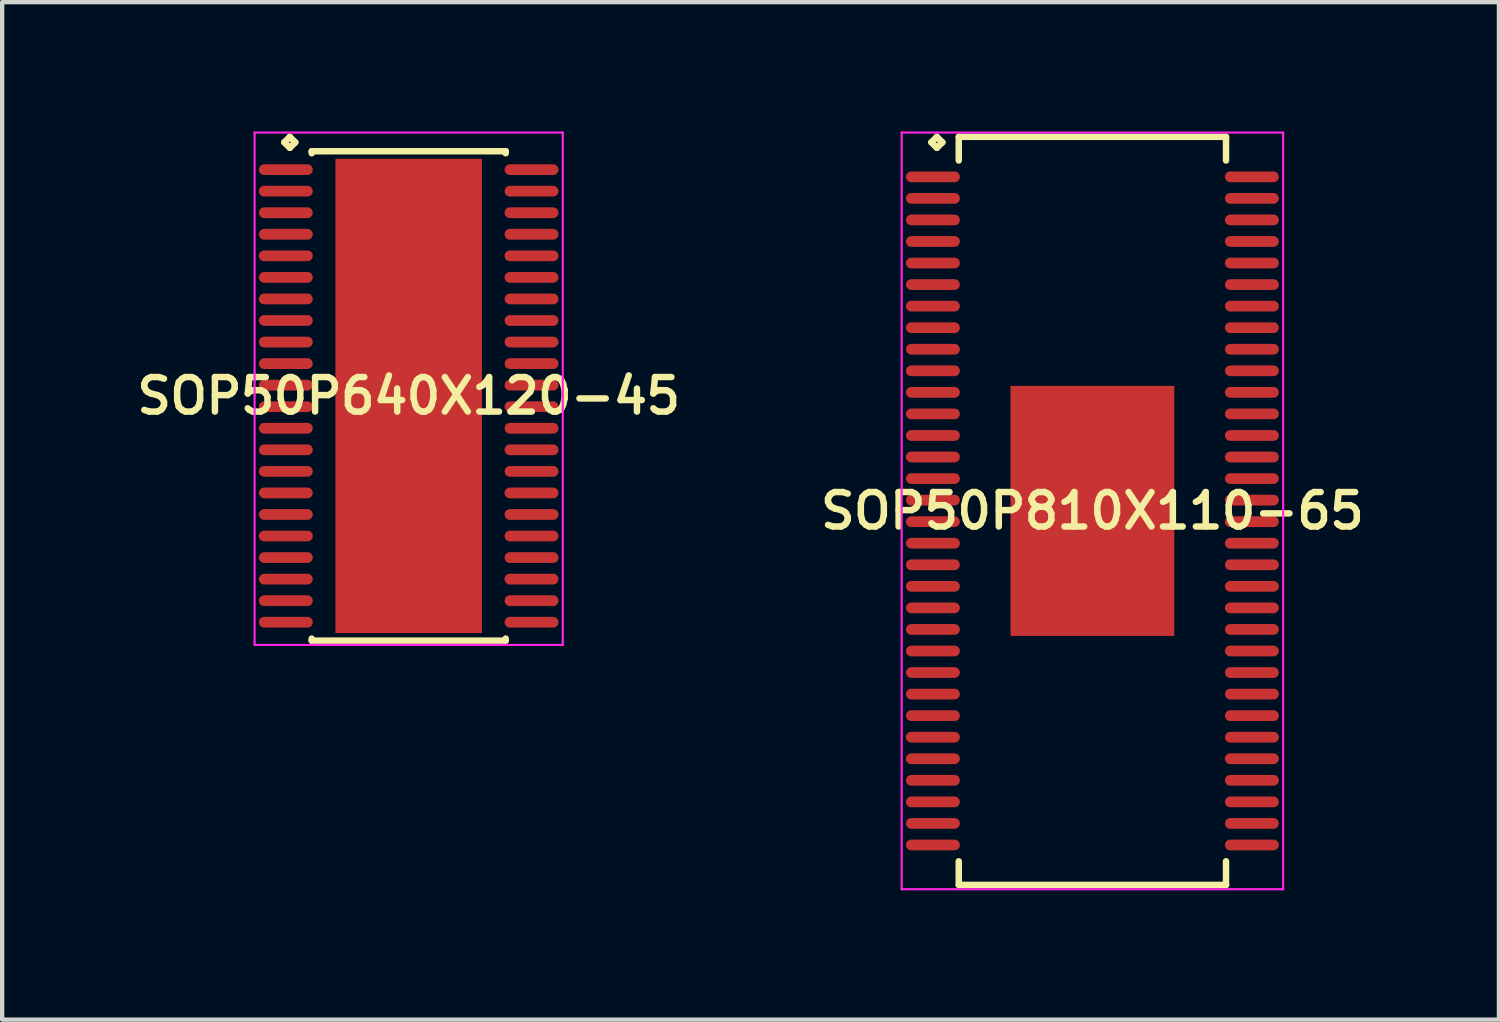
<source format=kicad_pcb>
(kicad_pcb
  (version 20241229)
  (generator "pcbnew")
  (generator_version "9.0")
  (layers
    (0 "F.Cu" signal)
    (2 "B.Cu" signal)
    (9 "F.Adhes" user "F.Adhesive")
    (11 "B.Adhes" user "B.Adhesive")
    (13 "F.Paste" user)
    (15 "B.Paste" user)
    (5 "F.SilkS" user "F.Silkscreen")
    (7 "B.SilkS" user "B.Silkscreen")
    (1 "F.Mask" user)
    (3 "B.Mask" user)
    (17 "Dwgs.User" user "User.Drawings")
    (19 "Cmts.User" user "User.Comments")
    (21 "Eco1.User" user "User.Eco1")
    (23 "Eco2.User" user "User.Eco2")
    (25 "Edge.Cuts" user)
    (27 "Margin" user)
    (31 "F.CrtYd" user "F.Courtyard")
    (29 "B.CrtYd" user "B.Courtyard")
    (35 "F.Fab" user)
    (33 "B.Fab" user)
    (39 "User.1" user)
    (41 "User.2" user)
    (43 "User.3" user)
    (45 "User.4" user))
  (footprint "SOP50P640X120-45"
    (layer "F.Cu")
    (at 6.431 6.135)
    (property "Reference" "SOP50P640X120-45" (at 0 0 0) (layer "F.SilkS") (effects (font (size 0.8 0.8) (thickness 0.15))))
    (attr smd)
    (fp_line (start -2.885 -5.883) (end -2.758 -6.01) (stroke (width 0.15) (type solid)) (layer "F.SilkS"))
    (fp_line (start -2.758 -6.01) (end -2.631 -5.883) (stroke (width 0.15) (type solid)) (layer "F.SilkS"))
    (fp_line (start -2.758 -5.756) (end -2.885 -5.883) (stroke (width 0.15) (type solid)) (layer "F.SilkS"))
    (fp_line (start -2.631 -5.883) (end -2.758 -5.756) (stroke (width 0.15) (type solid)) (layer "F.SilkS"))
    (fp_line (start -2.25 -5.677) (end 2.25 -5.677) (stroke (width 0.15) (type solid)) (layer "F.SilkS"))
    (fp_line (start -2.25 -5.629) (end -2.25 -5.677) (stroke (width 0.15) (type solid)) (layer "F.SilkS"))
    (fp_line (start -2.25 5.629) (end -2.25 5.677) (stroke (width 0.15) (type solid)) (layer "F.SilkS"))
    (fp_line (start -2.25 5.677) (end 2.25 5.677) (stroke (width 0.15) (type solid)) (layer "F.SilkS"))
    (fp_line (start 2.25 -5.677) (end 2.25 -5.629) (stroke (width 0.15) (type solid)) (layer "F.SilkS"))
    (fp_line (start 2.25 5.677) (end 2.25 5.629) (stroke (width 0.15) (type solid)) (layer "F.SilkS"))
    (fp_line (start -3.575 -6.11) (end 3.575 -6.11) (stroke (width 0.05) (type solid)) (layer "F.CrtYd"))
    (fp_line (start -3.575 5.777) (end -3.575 -6.11) (stroke (width 0.05) (type solid)) (layer "F.CrtYd"))
    (fp_line (start 3.575 -6.11) (end 3.575 5.777) (stroke (width 0.05) (type solid)) (layer "F.CrtYd"))
    (fp_line (start 3.575 5.777) (end -3.575 5.777) (stroke (width 0.05) (type solid)) (layer "F.CrtYd"))
    (pad "1" smd oval (at -2.85 -5.25) (size 1.25 0.25) (layers "F.Cu" "F.Mask" "F.Paste"))
    (pad "2" smd oval (at -2.85 -4.75) (size 1.25 0.25) (layers "F.Cu" "F.Mask" "F.Paste"))
    (pad "3" smd oval (at -2.85 -4.25) (size 1.25 0.25) (layers "F.Cu" "F.Mask" "F.Paste"))
    (pad "4" smd oval (at -2.85 -3.75) (size 1.25 0.25) (layers "F.Cu" "F.Mask" "F.Paste"))
    (pad "5" smd oval (at -2.85 -3.25) (size 1.25 0.25) (layers "F.Cu" "F.Mask" "F.Paste"))
    (pad "6" smd oval (at -2.85 -2.75) (size 1.25 0.25) (layers "F.Cu" "F.Mask" "F.Paste"))
    (pad "7" smd oval (at -2.85 -2.25) (size 1.25 0.25) (layers "F.Cu" "F.Mask" "F.Paste"))
    (pad "8" smd oval (at -2.85 -1.75) (size 1.25 0.25) (layers "F.Cu" "F.Mask" "F.Paste"))
    (pad "9" smd oval (at -2.85 -1.25) (size 1.25 0.25) (layers "F.Cu" "F.Mask" "F.Paste"))
    (pad "10" smd oval (at -2.85 -0.75) (size 1.25 0.25) (layers "F.Cu" "F.Mask" "F.Paste"))
    (pad "11" smd oval (at -2.85 -0.25) (size 1.25 0.25) (layers "F.Cu" "F.Mask" "F.Paste"))
    (pad "12" smd oval (at -2.85 0.25) (size 1.25 0.25) (layers "F.Cu" "F.Mask" "F.Paste"))
    (pad "13" smd oval (at -2.85 0.75) (size 1.25 0.25) (layers "F.Cu" "F.Mask" "F.Paste"))
    (pad "14" smd oval (at -2.85 1.25) (size 1.25 0.25) (layers "F.Cu" "F.Mask" "F.Paste"))
    (pad "15" smd oval (at -2.85 1.75) (size 1.25 0.25) (layers "F.Cu" "F.Mask" "F.Paste"))
    (pad "16" smd oval (at -2.85 2.25) (size 1.25 0.25) (layers "F.Cu" "F.Mask" "F.Paste"))
    (pad "17" smd oval (at -2.85 2.75) (size 1.25 0.25) (layers "F.Cu" "F.Mask" "F.Paste"))
    (pad "18" smd oval (at -2.85 3.25) (size 1.25 0.25) (layers "F.Cu" "F.Mask" "F.Paste"))
    (pad "19" smd oval (at -2.85 3.75) (size 1.25 0.25) (layers "F.Cu" "F.Mask" "F.Paste"))
    (pad "20" smd oval (at -2.85 4.25) (size 1.25 0.25) (layers "F.Cu" "F.Mask" "F.Paste"))
    (pad "21" smd oval (at -2.85 4.75) (size 1.25 0.25) (layers "F.Cu" "F.Mask" "F.Paste"))
    (pad "22" smd oval (at -2.85 5.25) (size 1.25 0.25) (layers "F.Cu" "F.Mask" "F.Paste"))
    (pad "23" smd oval (at 2.85 5.25) (size 1.25 0.25) (layers "F.Cu" "F.Mask" "F.Paste"))
    (pad "24" smd oval (at 2.85 4.75) (size 1.25 0.25) (layers "F.Cu" "F.Mask" "F.Paste"))
    (pad "25" smd oval (at 2.85 4.25) (size 1.25 0.25) (layers "F.Cu" "F.Mask" "F.Paste"))
    (pad "26" smd oval (at 2.85 3.75) (size 1.25 0.25) (layers "F.Cu" "F.Mask" "F.Paste"))
    (pad "27" smd oval (at 2.85 3.25) (size 1.25 0.25) (layers "F.Cu" "F.Mask" "F.Paste"))
    (pad "28" smd oval (at 2.85 2.75) (size 1.25 0.25) (layers "F.Cu" "F.Mask" "F.Paste"))
    (pad "29" smd oval (at 2.85 2.25) (size 1.25 0.25) (layers "F.Cu" "F.Mask" "F.Paste"))
    (pad "30" smd oval (at 2.85 1.75) (size 1.25 0.25) (layers "F.Cu" "F.Mask" "F.Paste"))
    (pad "31" smd oval (at 2.85 1.25) (size 1.25 0.25) (layers "F.Cu" "F.Mask" "F.Paste"))
    (pad "32" smd oval (at 2.85 0.75) (size 1.25 0.25) (layers "F.Cu" "F.Mask" "F.Paste"))
    (pad "33" smd oval (at 2.85 0.25) (size 1.25 0.25) (layers "F.Cu" "F.Mask" "F.Paste"))
    (pad "34" smd oval (at 2.85 -0.25) (size 1.25 0.25) (layers "F.Cu" "F.Mask" "F.Paste"))
    (pad "35" smd oval (at 2.85 -0.75) (size 1.25 0.25) (layers "F.Cu" "F.Mask" "F.Paste"))
    (pad "36" smd oval (at 2.85 -1.25) (size 1.25 0.25) (layers "F.Cu" "F.Mask" "F.Paste"))
    (pad "37" smd oval (at 2.85 -1.75) (size 1.25 0.25) (layers "F.Cu" "F.Mask" "F.Paste"))
    (pad "38" smd oval (at 2.85 -2.25) (size 1.25 0.25) (layers "F.Cu" "F.Mask" "F.Paste"))
    (pad "39" smd oval (at 2.85 -2.75) (size 1.25 0.25) (layers "F.Cu" "F.Mask" "F.Paste"))
    (pad "40" smd oval (at 2.85 -3.25) (size 1.25 0.25) (layers "F.Cu" "F.Mask" "F.Paste"))
    (pad "41" smd oval (at 2.85 -3.75) (size 1.25 0.25) (layers "F.Cu" "F.Mask" "F.Paste"))
    (pad "42" smd oval (at 2.85 -4.25) (size 1.25 0.25) (layers "F.Cu" "F.Mask" "F.Paste"))
    (pad "43" smd oval (at 2.85 -4.75) (size 1.25 0.25) (layers "F.Cu" "F.Mask" "F.Paste"))
    (pad "44" smd oval (at 2.85 -5.25) (size 1.25 0.25) (layers "F.Cu" "F.Mask" "F.Paste"))
    (pad "45" smd rect (at 0 0) (size 3.4 11) (layers "F.Cu" "F.Mask" "F.Paste")))
  (footprint "SOP50P810X110-65"
    (layer "F.Cu")
    (at 22.292 8.802)
    (property "Reference" "SOP50P810X110-65" (at 0 0 0) (layer "F.SilkS") (effects (font (size 0.8 0.8) (thickness 0.15))))
    (attr smd)
    (fp_line (start -3.735 -8.55) (end -3.608 -8.677) (stroke (width 0.15) (type solid)) (layer "F.SilkS"))
    (fp_line (start -3.608 -8.677) (end -3.481 -8.55) (stroke (width 0.15) (type solid)) (layer "F.SilkS"))
    (fp_line (start -3.608 -8.423) (end -3.735 -8.55) (stroke (width 0.15) (type solid)) (layer "F.SilkS"))
    (fp_line (start -3.481 -8.55) (end -3.608 -8.423) (stroke (width 0.15) (type solid)) (layer "F.SilkS"))
    (fp_line (start -3.1 -8.677) (end 3.1 -8.677) (stroke (width 0.15) (type solid)) (layer "F.SilkS"))
    (fp_line (start -3.1 -8.129) (end -3.1 -8.677) (stroke (width 0.15) (type solid)) (layer "F.SilkS"))
    (fp_line (start -3.1 8.129) (end -3.1 8.677) (stroke (width 0.15) (type solid)) (layer "F.SilkS"))
    (fp_line (start -3.1 8.677) (end 3.1 8.677) (stroke (width 0.15) (type solid)) (layer "F.SilkS"))
    (fp_line (start 3.1 -8.677) (end 3.1 -8.129) (stroke (width 0.15) (type solid)) (layer "F.SilkS"))
    (fp_line (start 3.1 8.677) (end 3.1 8.129) (stroke (width 0.15) (type solid)) (layer "F.SilkS"))
    (fp_line (start -4.425 -8.777) (end 4.425 -8.777) (stroke (width 0.05) (type solid)) (layer "F.CrtYd"))
    (fp_line (start -4.425 8.777) (end -4.425 -8.777) (stroke (width 0.05) (type solid)) (layer "F.CrtYd"))
    (fp_line (start 4.425 -8.777) (end 4.425 8.777) (stroke (width 0.05) (type solid)) (layer "F.CrtYd"))
    (fp_line (start 4.425 8.777) (end -4.425 8.777) (stroke (width 0.05) (type solid)) (layer "F.CrtYd"))
    (pad "1" smd oval (at -3.7 -7.75) (size 1.25 0.25) (layers "F.Cu" "F.Mask" "F.Paste"))
    (pad "2" smd oval (at -3.7 -7.25) (size 1.25 0.25) (layers "F.Cu" "F.Mask" "F.Paste"))
    (pad "3" smd oval (at -3.7 -6.75) (size 1.25 0.25) (layers "F.Cu" "F.Mask" "F.Paste"))
    (pad "4" smd oval (at -3.7 -6.25) (size 1.25 0.25) (layers "F.Cu" "F.Mask" "F.Paste"))
    (pad "5" smd oval (at -3.7 -5.75) (size 1.25 0.25) (layers "F.Cu" "F.Mask" "F.Paste"))
    (pad "6" smd oval (at -3.7 -5.25) (size 1.25 0.25) (layers "F.Cu" "F.Mask" "F.Paste"))
    (pad "7" smd oval (at -3.7 -4.75) (size 1.25 0.25) (layers "F.Cu" "F.Mask" "F.Paste"))
    (pad "8" smd oval (at -3.7 -4.25) (size 1.25 0.25) (layers "F.Cu" "F.Mask" "F.Paste"))
    (pad "9" smd oval (at -3.7 -3.75) (size 1.25 0.25) (layers "F.Cu" "F.Mask" "F.Paste"))
    (pad "10" smd oval (at -3.7 -3.25) (size 1.25 0.25) (layers "F.Cu" "F.Mask" "F.Paste"))
    (pad "11" smd oval (at -3.7 -2.75) (size 1.25 0.25) (layers "F.Cu" "F.Mask" "F.Paste"))
    (pad "12" smd oval (at -3.7 -2.25) (size 1.25 0.25) (layers "F.Cu" "F.Mask" "F.Paste"))
    (pad "13" smd oval (at -3.7 -1.75) (size 1.25 0.25) (layers "F.Cu" "F.Mask" "F.Paste"))
    (pad "14" smd oval (at -3.7 -1.25) (size 1.25 0.25) (layers "F.Cu" "F.Mask" "F.Paste"))
    (pad "15" smd oval (at -3.7 -0.75) (size 1.25 0.25) (layers "F.Cu" "F.Mask" "F.Paste"))
    (pad "16" smd oval (at -3.7 -0.25) (size 1.25 0.25) (layers "F.Cu" "F.Mask" "F.Paste"))
    (pad "17" smd oval (at -3.7 0.25) (size 1.25 0.25) (layers "F.Cu" "F.Mask" "F.Paste"))
    (pad "18" smd oval (at -3.7 0.75) (size 1.25 0.25) (layers "F.Cu" "F.Mask" "F.Paste"))
    (pad "19" smd oval (at -3.7 1.25) (size 1.25 0.25) (layers "F.Cu" "F.Mask" "F.Paste"))
    (pad "20" smd oval (at -3.7 1.75) (size 1.25 0.25) (layers "F.Cu" "F.Mask" "F.Paste"))
    (pad "21" smd oval (at -3.7 2.25) (size 1.25 0.25) (layers "F.Cu" "F.Mask" "F.Paste"))
    (pad "22" smd oval (at -3.7 2.75) (size 1.25 0.25) (layers "F.Cu" "F.Mask" "F.Paste"))
    (pad "23" smd oval (at -3.7 3.25) (size 1.25 0.25) (layers "F.Cu" "F.Mask" "F.Paste"))
    (pad "24" smd oval (at -3.7 3.75) (size 1.25 0.25) (layers "F.Cu" "F.Mask" "F.Paste"))
    (pad "25" smd oval (at -3.7 4.25) (size 1.25 0.25) (layers "F.Cu" "F.Mask" "F.Paste"))
    (pad "26" smd oval (at -3.7 4.75) (size 1.25 0.25) (layers "F.Cu" "F.Mask" "F.Paste"))
    (pad "27" smd oval (at -3.7 5.25) (size 1.25 0.25) (layers "F.Cu" "F.Mask" "F.Paste"))
    (pad "28" smd oval (at -3.7 5.75) (size 1.25 0.25) (layers "F.Cu" "F.Mask" "F.Paste"))
    (pad "29" smd oval (at -3.7 6.25) (size 1.25 0.25) (layers "F.Cu" "F.Mask" "F.Paste"))
    (pad "30" smd oval (at -3.7 6.75) (size 1.25 0.25) (layers "F.Cu" "F.Mask" "F.Paste"))
    (pad "31" smd oval (at -3.7 7.25) (size 1.25 0.25) (layers "F.Cu" "F.Mask" "F.Paste"))
    (pad "32" smd oval (at -3.7 7.75) (size 1.25 0.25) (layers "F.Cu" "F.Mask" "F.Paste"))
    (pad "33" smd oval (at 3.7 7.75) (size 1.25 0.25) (layers "F.Cu" "F.Mask" "F.Paste"))
    (pad "34" smd oval (at 3.7 7.25) (size 1.25 0.25) (layers "F.Cu" "F.Mask" "F.Paste"))
    (pad "35" smd oval (at 3.7 6.75) (size 1.25 0.25) (layers "F.Cu" "F.Mask" "F.Paste"))
    (pad "36" smd oval (at 3.7 6.25) (size 1.25 0.25) (layers "F.Cu" "F.Mask" "F.Paste"))
    (pad "37" smd oval (at 3.7 5.75) (size 1.25 0.25) (layers "F.Cu" "F.Mask" "F.Paste"))
    (pad "38" smd oval (at 3.7 5.25) (size 1.25 0.25) (layers "F.Cu" "F.Mask" "F.Paste"))
    (pad "39" smd oval (at 3.7 4.75) (size 1.25 0.25) (layers "F.Cu" "F.Mask" "F.Paste"))
    (pad "40" smd oval (at 3.7 4.25) (size 1.25 0.25) (layers "F.Cu" "F.Mask" "F.Paste"))
    (pad "41" smd oval (at 3.7 3.75) (size 1.25 0.25) (layers "F.Cu" "F.Mask" "F.Paste"))
    (pad "42" smd oval (at 3.7 3.25) (size 1.25 0.25) (layers "F.Cu" "F.Mask" "F.Paste"))
    (pad "43" smd oval (at 3.7 2.75) (size 1.25 0.25) (layers "F.Cu" "F.Mask" "F.Paste"))
    (pad "44" smd oval (at 3.7 2.25) (size 1.25 0.25) (layers "F.Cu" "F.Mask" "F.Paste"))
    (pad "45" smd oval (at 3.7 1.75) (size 1.25 0.25) (layers "F.Cu" "F.Mask" "F.Paste"))
    (pad "46" smd oval (at 3.7 1.25) (size 1.25 0.25) (layers "F.Cu" "F.Mask" "F.Paste"))
    (pad "47" smd oval (at 3.7 0.75) (size 1.25 0.25) (layers "F.Cu" "F.Mask" "F.Paste"))
    (pad "48" smd oval (at 3.7 0.25) (size 1.25 0.25) (layers "F.Cu" "F.Mask" "F.Paste"))
    (pad "49" smd oval (at 3.7 -0.25) (size 1.25 0.25) (layers "F.Cu" "F.Mask" "F.Paste"))
    (pad "50" smd oval (at 3.7 -0.75) (size 1.25 0.25) (layers "F.Cu" "F.Mask" "F.Paste"))
    (pad "51" smd oval (at 3.7 -1.25) (size 1.25 0.25) (layers "F.Cu" "F.Mask" "F.Paste"))
    (pad "52" smd oval (at 3.7 -1.75) (size 1.25 0.25) (layers "F.Cu" "F.Mask" "F.Paste"))
    (pad "53" smd oval (at 3.7 -2.25) (size 1.25 0.25) (layers "F.Cu" "F.Mask" "F.Paste"))
    (pad "54" smd oval (at 3.7 -2.75) (size 1.25 0.25) (layers "F.Cu" "F.Mask" "F.Paste"))
    (pad "55" smd oval (at 3.7 -3.25) (size 1.25 0.25) (layers "F.Cu" "F.Mask" "F.Paste"))
    (pad "56" smd oval (at 3.7 -3.75) (size 1.25 0.25) (layers "F.Cu" "F.Mask" "F.Paste"))
    (pad "57" smd oval (at 3.7 -4.25) (size 1.25 0.25) (layers "F.Cu" "F.Mask" "F.Paste"))
    (pad "58" smd oval (at 3.7 -4.75) (size 1.25 0.25) (layers "F.Cu" "F.Mask" "F.Paste"))
    (pad "59" smd oval (at 3.7 -5.25) (size 1.25 0.25) (layers "F.Cu" "F.Mask" "F.Paste"))
    (pad "60" smd oval (at 3.7 -5.75) (size 1.25 0.25) (layers "F.Cu" "F.Mask" "F.Paste"))
    (pad "61" smd oval (at 3.7 -6.25) (size 1.25 0.25) (layers "F.Cu" "F.Mask" "F.Paste"))
    (pad "62" smd oval (at 3.7 -6.75) (size 1.25 0.25) (layers "F.Cu" "F.Mask" "F.Paste"))
    (pad "63" smd oval (at 3.7 -7.25) (size 1.25 0.25) (layers "F.Cu" "F.Mask" "F.Paste"))
    (pad "64" smd oval (at 3.7 -7.75) (size 1.25 0.25) (layers "F.Cu" "F.Mask" "F.Paste"))
    (pad "65" smd rect (at 0 0) (size 3.8 5.8) (layers "F.Cu" "F.Mask" "F.Paste")))
  (gr_rect
    (start -3 -3)
    (end 31.723 20.604)
    (stroke (width 0.1) (type default))
    (fill no)
    (layer "Edge.Cuts")))
</source>
